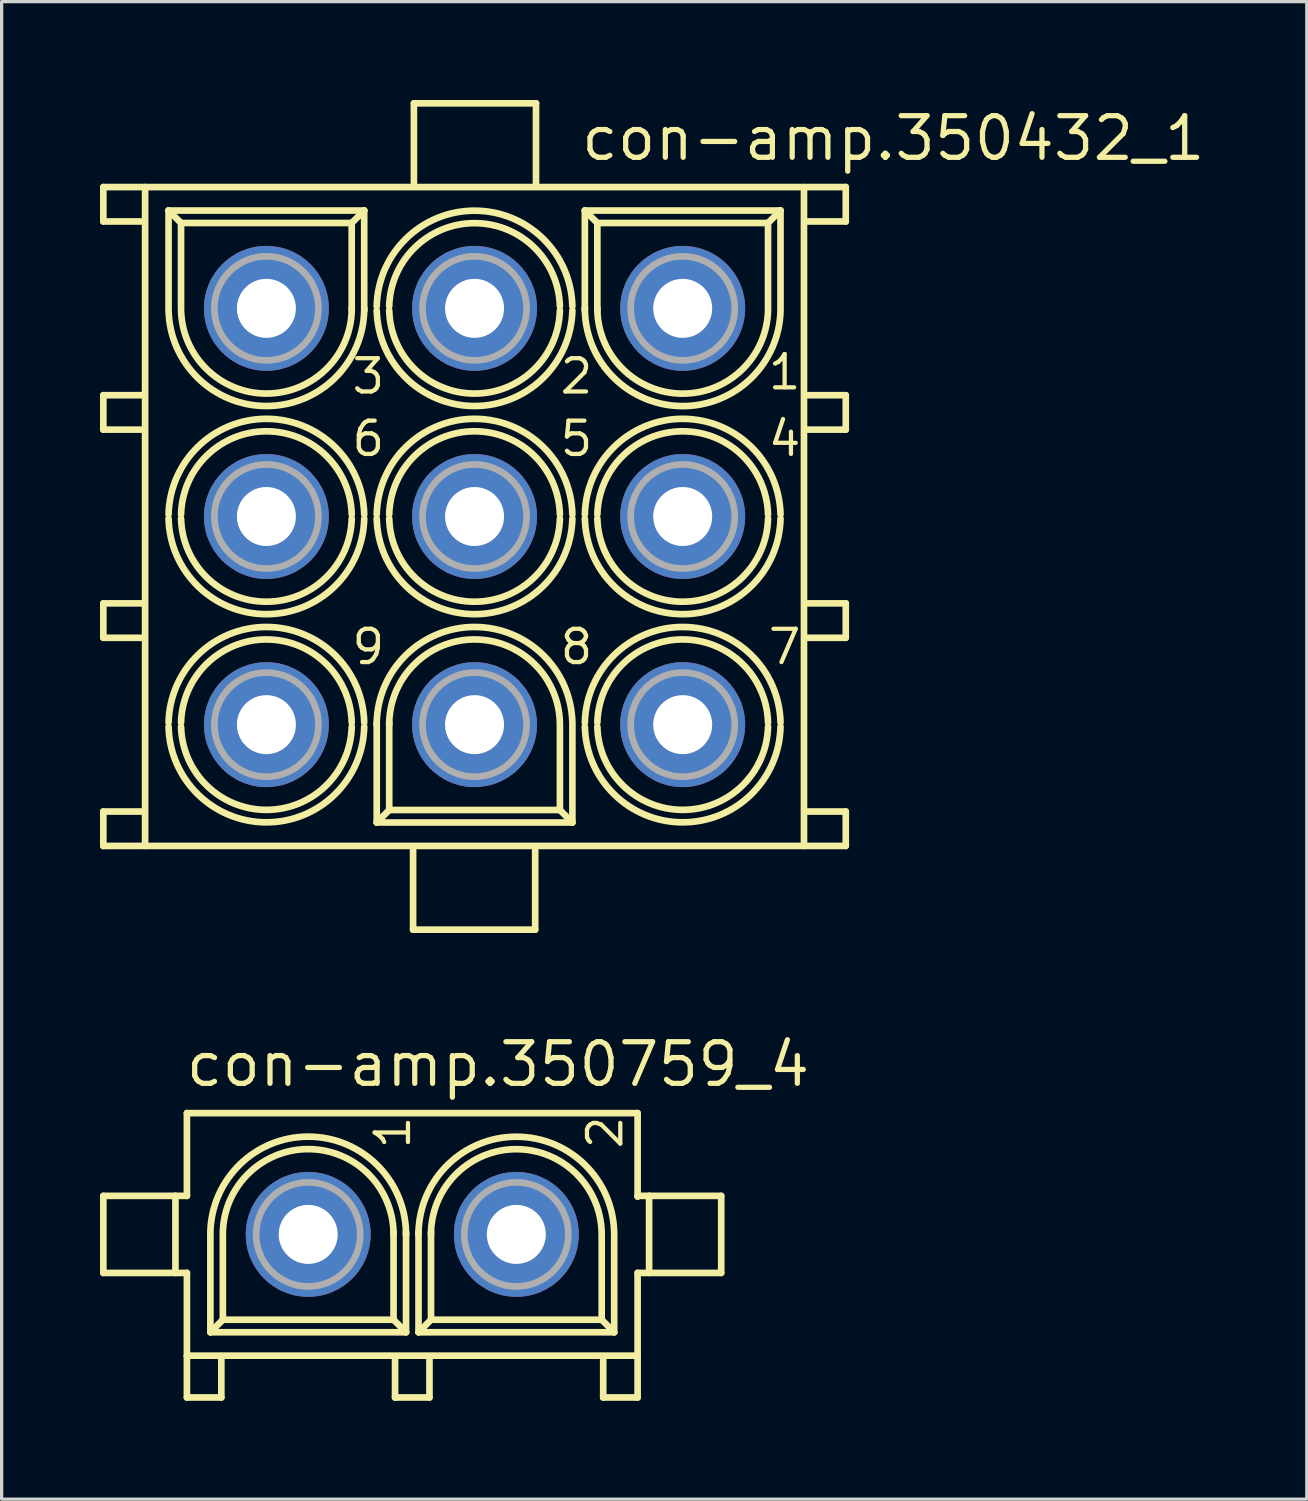
<source format=kicad_pcb>
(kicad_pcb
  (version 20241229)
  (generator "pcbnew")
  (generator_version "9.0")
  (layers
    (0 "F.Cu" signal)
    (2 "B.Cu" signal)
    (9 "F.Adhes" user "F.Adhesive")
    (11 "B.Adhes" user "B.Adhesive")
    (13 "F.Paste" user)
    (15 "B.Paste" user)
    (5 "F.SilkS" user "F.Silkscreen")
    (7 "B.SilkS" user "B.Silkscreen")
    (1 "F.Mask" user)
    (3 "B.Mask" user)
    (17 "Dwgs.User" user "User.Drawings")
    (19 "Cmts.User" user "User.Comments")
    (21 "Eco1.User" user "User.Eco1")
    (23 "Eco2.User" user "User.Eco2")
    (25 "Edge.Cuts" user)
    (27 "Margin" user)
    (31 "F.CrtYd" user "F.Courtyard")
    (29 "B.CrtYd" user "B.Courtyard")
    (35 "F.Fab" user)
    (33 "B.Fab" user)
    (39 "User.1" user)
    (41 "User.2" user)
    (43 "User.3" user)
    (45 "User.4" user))
  (footprint "con-amp.350759_4"
    (layer "F.Cu")
    (at 9.527 34.608)
    (property "Reference" "con-amp.350759_4" (at -6.985 -4.445 0) (layer "F.SilkS") (effects (font (size 1.27 1.27) (thickness 0.16)) (justify left bottom)))
    (attr through_hole)
    (fp_line (start -9.425 -1.175) (end -9.425 1.175) (stroke (width 0.203) (type default)) (layer "F.SilkS"))
    (fp_line (start -9.425 1.175) (end -7.25 1.175) (stroke (width 0.203) (type default)) (layer "F.SilkS"))
    (fp_line (start -7.25 -1.175) (end -9.425 -1.175) (stroke (width 0.203) (type default)) (layer "F.SilkS"))
    (fp_line (start -7.225 -1.175) (end -6.875 -1.175) (stroke (width 0.203) (type default)) (layer "F.SilkS"))
    (fp_line (start -7.225 1.175) (end -7.225 -1.175) (stroke (width 0.203) (type default)) (layer "F.SilkS"))
    (fp_line (start -6.875 -3.7) (end 6.875 -3.7) (stroke (width 0.203) (type default)) (layer "F.SilkS"))
    (fp_line (start -6.875 -1.175) (end -6.875 -3.7) (stroke (width 0.203) (type default)) (layer "F.SilkS"))
    (fp_line (start -6.875 1.175) (end -7.225 1.175) (stroke (width 0.203) (type default)) (layer "F.SilkS"))
    (fp_line (start -6.875 3.7) (end -6.875 1.175) (stroke (width 0.203) (type default)) (layer "F.SilkS"))
    (fp_line (start -6.875 3.725) (end -6.875 4.975) (stroke (width 0.203) (type default)) (layer "F.SilkS"))
    (fp_line (start -6.875 4.975) (end -5.825 4.975) (stroke (width 0.203) (type default)) (layer "F.SilkS"))
    (fp_line (start -6.159 2.985) (end -6.159 0) (stroke (width 0.203) (type default)) (layer "F.SilkS"))
    (fp_line (start -5.825 4.975) (end -5.825 3.8) (stroke (width 0.203) (type default)) (layer "F.SilkS"))
    (fp_line (start -5.778 2.604) (end -6.159 2.985) (stroke (width 0.203) (type default)) (layer "F.SilkS"))
    (fp_line (start -5.778 2.604) (end -5.778 0) (stroke (width 0.203) (type default)) (layer "F.SilkS"))
    (fp_line (start -0.572 -0.064) (end -0.572 0) (stroke (width 0.203) (type default)) (layer "F.SilkS"))
    (fp_line (start -0.571 0) (end -0.571 2.604) (stroke (width 0.203) (type default)) (layer "F.SilkS"))
    (fp_line (start -0.571 2.604) (end -5.778 2.604) (stroke (width 0.203) (type default)) (layer "F.SilkS"))
    (fp_line (start -0.571 2.604) (end -0.19 2.985) (stroke (width 0.203) (type default)) (layer "F.SilkS"))
    (fp_line (start -0.525 4.975) (end -0.525 3.775) (stroke (width 0.203) (type default)) (layer "F.SilkS"))
    (fp_line (start -0.191 -0.064) (end -0.191 0) (stroke (width 0.203) (type default)) (layer "F.SilkS"))
    (fp_line (start -0.19 0) (end -0.191 0) (stroke (width 0.203) (type default)) (layer "F.SilkS"))
    (fp_line (start -0.19 0) (end -0.19 2.985) (stroke (width 0.203) (type default)) (layer "F.SilkS"))
    (fp_line (start -0.19 2.985) (end -6.159 2.985) (stroke (width 0.203) (type default)) (layer "F.SilkS"))
    (fp_line (start 0.19 0) (end 0.19 -0.064) (stroke (width 0.203) (type default)) (layer "F.SilkS"))
    (fp_line (start 0.191 2.985) (end 0.191 0) (stroke (width 0.203) (type default)) (layer "F.SilkS"))
    (fp_line (start 0.525 3.775) (end 0.525 4.975) (stroke (width 0.203) (type default)) (layer "F.SilkS"))
    (fp_line (start 0.525 4.975) (end -0.525 4.975) (stroke (width 0.203) (type default)) (layer "F.SilkS"))
    (fp_line (start 0.571 0) (end 0.571 -0.064) (stroke (width 0.203) (type default)) (layer "F.SilkS"))
    (fp_line (start 0.572 2.604) (end 0.191 2.985) (stroke (width 0.203) (type default)) (layer "F.SilkS"))
    (fp_line (start 0.572 2.604) (end 0.572 0) (stroke (width 0.203) (type default)) (layer "F.SilkS"))
    (fp_line (start 5.779 0) (end 5.779 2.604) (stroke (width 0.203) (type default)) (layer "F.SilkS"))
    (fp_line (start 5.779 2.604) (end 0.572 2.604) (stroke (width 0.203) (type default)) (layer "F.SilkS"))
    (fp_line (start 5.779 2.604) (end 6.16 2.985) (stroke (width 0.203) (type default)) (layer "F.SilkS"))
    (fp_line (start 5.825 4.975) (end 5.825 3.825) (stroke (width 0.203) (type default)) (layer "F.SilkS"))
    (fp_line (start 6.16 0) (end 6.16 2.985) (stroke (width 0.203) (type default)) (layer "F.SilkS"))
    (fp_line (start 6.16 2.985) (end 0.191 2.985) (stroke (width 0.203) (type default)) (layer "F.SilkS"))
    (fp_line (start 6.875 -3.7) (end 6.875 -1.175) (stroke (width 0.203) (type default)) (layer "F.SilkS"))
    (fp_line (start 6.875 -1.175) (end 6.875 -1.15) (stroke (width 0.203) (type default)) (layer "F.SilkS"))
    (fp_line (start 6.875 -1.175) (end 7.225 -1.175) (stroke (width 0.203) (type default)) (layer "F.SilkS"))
    (fp_line (start 6.875 1.175) (end 6.875 3.7) (stroke (width 0.203) (type default)) (layer "F.SilkS"))
    (fp_line (start 6.875 3.7) (end -6.875 3.7) (stroke (width 0.203) (type default)) (layer "F.SilkS"))
    (fp_line (start 6.875 3.75) (end 6.875 4.975) (stroke (width 0.203) (type default)) (layer "F.SilkS"))
    (fp_line (start 6.875 4.975) (end 5.825 4.975) (stroke (width 0.203) (type default)) (layer "F.SilkS"))
    (fp_line (start 7.225 -1.175) (end 7.225 1.175) (stroke (width 0.203) (type default)) (layer "F.SilkS"))
    (fp_line (start 7.225 1.175) (end 6.875 1.175) (stroke (width 0.203) (type default)) (layer "F.SilkS"))
    (fp_line (start 7.25 -1.175) (end 9.425 -1.175) (stroke (width 0.203) (type default)) (layer "F.SilkS"))
    (fp_line (start 9.425 -1.175) (end 9.425 1.175) (stroke (width 0.203) (type default)) (layer "F.SilkS"))
    (fp_line (start 9.425 1.175) (end 7.25 1.175) (stroke (width 0.203) (type default)) (layer "F.SilkS"))
    (fp_arc (start -6.1596 -0.0636) (mid -3.17515 -2.979945) (end -0.1907 -0.0636) (stroke (width 0.2032) (type default)) (layer "F.SilkS"))
    (fp_arc (start -5.7786 -0.0636) (mid -3.17515 -2.601886) (end -0.5717 -0.0636) (stroke (width 0.2032) (type default)) (layer "F.SilkS"))
    (fp_arc (start 0.1903 -0.0636) (mid 3.1748 -2.980093) (end 6.1593 -0.0636) (stroke (width 0.2032) (type default)) (layer "F.SilkS"))
    (fp_arc (start 0.5713 -0.0636) (mid 3.1748 -2.600085) (end 5.7783 -0.0636) (stroke (width 0.2032) (type default)) (layer "F.SilkS"))
    (fp_circle (center -3.175 0) (end -1.587 0) (stroke (width 0.203) (type default)) (fill no) (layer "F.Fab"))
    (fp_circle (center 3.175 0) (end 4.763 0) (stroke (width 0.203) (type default)) (fill no) (layer "F.Fab"))
    (fp_text user "2" (at 6.477 -2.54 90) (layer "F.SilkS") (effects (font (size 1.016 1.016) (thickness 0.13)) (justify left bottom)))
    (fp_text user "1" (at 0 -2.54 90) (layer "F.SilkS") (effects (font (size 1.016 1.016) (thickness 0.13)) (justify left bottom)))
    (pad "1" thru_hole circle (at -3.175 0) (size 3.81 3.81) (drill 1.8) (layers "*.Cu" "*.Mask"))
    (pad "2" thru_hole circle (at 3.175 0) (size 3.81 3.81) (drill 1.8) (layers "*.Cu" "*.Mask")))
  (footprint "con-amp.350432_1"
    (layer "F.Cu")
    (at 11.427 12.707)
    (property "Reference" "con-amp.350432_1" (at 3.175 -10.795 0) (layer "F.SilkS") (effects (font (size 1.27 1.27) (thickness 0.16)) (justify left bottom)))
    (attr through_hole)
    (fp_line (start -11.325 -10.05) (end -11.325 -9) (stroke (width 0.203) (type default)) (layer "F.SilkS"))
    (fp_line (start -11.325 -9) (end -10.125 -9) (stroke (width 0.203) (type default)) (layer "F.SilkS"))
    (fp_line (start -11.325 -3.7) (end -11.325 -2.65) (stroke (width 0.203) (type default)) (layer "F.SilkS"))
    (fp_line (start -11.325 -2.65) (end -10.125 -2.65) (stroke (width 0.203) (type default)) (layer "F.SilkS"))
    (fp_line (start -11.325 2.65) (end -11.325 3.7) (stroke (width 0.203) (type default)) (layer "F.SilkS"))
    (fp_line (start -11.325 3.7) (end -10.125 3.7) (stroke (width 0.203) (type default)) (layer "F.SilkS"))
    (fp_line (start -11.325 9) (end -11.325 10.05) (stroke (width 0.203) (type default)) (layer "F.SilkS"))
    (fp_line (start -11.325 10.05) (end -10.125 10.05) (stroke (width 0.203) (type default)) (layer "F.SilkS"))
    (fp_line (start -10.1 -10.05) (end -11.325 -10.05) (stroke (width 0.203) (type default)) (layer "F.SilkS"))
    (fp_line (start -10.1 -3.7) (end -11.325 -3.7) (stroke (width 0.203) (type default)) (layer "F.SilkS"))
    (fp_line (start -10.1 2.65) (end -11.325 2.65) (stroke (width 0.203) (type default)) (layer "F.SilkS"))
    (fp_line (start -10.1 9) (end -11.325 9) (stroke (width 0.203) (type default)) (layer "F.SilkS"))
    (fp_line (start -10.05 -10.05) (end 10.05 -10.05) (stroke (width 0.203) (type default)) (layer "F.SilkS"))
    (fp_line (start -10.05 10.05) (end -10.05 -10.05) (stroke (width 0.203) (type default)) (layer "F.SilkS"))
    (fp_line (start -9.335 -9.335) (end -3.366 -9.335) (stroke (width 0.203) (type default)) (layer "F.SilkS"))
    (fp_line (start -9.335 -6.35) (end -9.335 -9.335) (stroke (width 0.203) (type default)) (layer "F.SilkS"))
    (fp_line (start -8.954 -8.954) (end -9.335 -9.335) (stroke (width 0.203) (type default)) (layer "F.SilkS"))
    (fp_line (start -8.954 -8.954) (end -3.747 -8.954) (stroke (width 0.203) (type default)) (layer "F.SilkS"))
    (fp_line (start -8.954 -6.35) (end -8.954 -8.954) (stroke (width 0.203) (type default)) (layer "F.SilkS"))
    (fp_line (start -3.747 -8.954) (end -3.747 -6.35) (stroke (width 0.203) (type default)) (layer "F.SilkS"))
    (fp_line (start -3.747 -8.954) (end -3.366 -9.335) (stroke (width 0.203) (type default)) (layer "F.SilkS"))
    (fp_line (start -3.746 -6.35) (end -3.746 -6.286) (stroke (width 0.203) (type default)) (layer "F.SilkS"))
    (fp_line (start -3.366 -9.335) (end -3.366 -6.35) (stroke (width 0.203) (type default)) (layer "F.SilkS"))
    (fp_line (start -3.365 -6.35) (end -3.365 -6.286) (stroke (width 0.203) (type default)) (layer "F.SilkS"))
    (fp_line (start -2.985 6.35) (end -2.985 6.286) (stroke (width 0.203) (type default)) (layer "F.SilkS"))
    (fp_line (start -2.984 9.335) (end -2.984 6.35) (stroke (width 0.203) (type default)) (layer "F.SilkS"))
    (fp_line (start -2.604 6.35) (end -2.604 6.286) (stroke (width 0.203) (type default)) (layer "F.SilkS"))
    (fp_line (start -2.603 8.954) (end -2.984 9.335) (stroke (width 0.203) (type default)) (layer "F.SilkS"))
    (fp_line (start -2.603 8.954) (end -2.603 6.35) (stroke (width 0.203) (type default)) (layer "F.SilkS"))
    (fp_line (start -1.875 10.155) (end -1.875 12.605) (stroke (width 0.203) (type default)) (layer "F.SilkS"))
    (fp_line (start -1.875 12.605) (end 1.85 12.605) (stroke (width 0.203) (type default)) (layer "F.SilkS"))
    (fp_line (start -1.85 -12.605) (end -1.85 -10.18) (stroke (width 0.203) (type default)) (layer "F.SilkS"))
    (fp_line (start 1.85 12.605) (end 1.85 10.18) (stroke (width 0.203) (type default)) (layer "F.SilkS"))
    (fp_line (start 1.875 -12.605) (end -1.85 -12.605) (stroke (width 0.203) (type default)) (layer "F.SilkS"))
    (fp_line (start 1.875 -10.155) (end 1.875 -12.605) (stroke (width 0.203) (type default)) (layer "F.SilkS"))
    (fp_line (start 2.604 6.35) (end 2.604 8.954) (stroke (width 0.203) (type default)) (layer "F.SilkS"))
    (fp_line (start 2.604 8.954) (end -2.603 8.954) (stroke (width 0.203) (type default)) (layer "F.SilkS"))
    (fp_line (start 2.604 8.954) (end 2.985 9.335) (stroke (width 0.203) (type default)) (layer "F.SilkS"))
    (fp_line (start 2.985 6.35) (end 2.985 9.335) (stroke (width 0.203) (type default)) (layer "F.SilkS"))
    (fp_line (start 2.985 9.335) (end -2.984 9.335) (stroke (width 0.203) (type default)) (layer "F.SilkS"))
    (fp_line (start 3.365 -9.335) (end 9.334 -9.335) (stroke (width 0.203) (type default)) (layer "F.SilkS"))
    (fp_line (start 3.365 -6.35) (end 3.365 -9.335) (stroke (width 0.203) (type default)) (layer "F.SilkS"))
    (fp_line (start 3.365 -6.35) (end 3.366 -6.35) (stroke (width 0.203) (type default)) (layer "F.SilkS"))
    (fp_line (start 3.366 -6.286) (end 3.366 -6.35) (stroke (width 0.203) (type default)) (layer "F.SilkS"))
    (fp_line (start 3.746 -8.954) (end 3.365 -9.335) (stroke (width 0.203) (type default)) (layer "F.SilkS"))
    (fp_line (start 3.746 -8.954) (end 8.953 -8.954) (stroke (width 0.203) (type default)) (layer "F.SilkS"))
    (fp_line (start 3.746 -6.35) (end 3.746 -8.954) (stroke (width 0.203) (type default)) (layer "F.SilkS"))
    (fp_line (start 3.747 -6.286) (end 3.747 -6.35) (stroke (width 0.203) (type default)) (layer "F.SilkS"))
    (fp_line (start 8.953 -8.954) (end 8.953 -6.35) (stroke (width 0.203) (type default)) (layer "F.SilkS"))
    (fp_line (start 8.953 -8.954) (end 9.334 -9.335) (stroke (width 0.203) (type default)) (layer "F.SilkS"))
    (fp_line (start 9.334 -9.335) (end 9.334 -6.35) (stroke (width 0.203) (type default)) (layer "F.SilkS"))
    (fp_line (start 10.05 -10.05) (end 10.05 10.05) (stroke (width 0.203) (type default)) (layer "F.SilkS"))
    (fp_line (start 10.05 10.05) (end -10.05 10.05) (stroke (width 0.203) (type default)) (layer "F.SilkS"))
    (fp_line (start 10.1 -9) (end 11.325 -9) (stroke (width 0.203) (type default)) (layer "F.SilkS"))
    (fp_line (start 10.1 -2.65) (end 11.325 -2.65) (stroke (width 0.203) (type default)) (layer "F.SilkS"))
    (fp_line (start 10.1 3.7) (end 11.325 3.7) (stroke (width 0.203) (type default)) (layer "F.SilkS"))
    (fp_line (start 10.1 10.05) (end 11.325 10.05) (stroke (width 0.203) (type default)) (layer "F.SilkS"))
    (fp_line (start 11.325 -10.05) (end 10.125 -10.05) (stroke (width 0.203) (type default)) (layer "F.SilkS"))
    (fp_line (start 11.325 -9) (end 11.325 -10.05) (stroke (width 0.203) (type default)) (layer "F.SilkS"))
    (fp_line (start 11.325 -3.7) (end 10.125 -3.7) (stroke (width 0.203) (type default)) (layer "F.SilkS"))
    (fp_line (start 11.325 -2.65) (end 11.325 -3.7) (stroke (width 0.203) (type default)) (layer "F.SilkS"))
    (fp_line (start 11.325 2.65) (end 10.125 2.65) (stroke (width 0.203) (type default)) (layer "F.SilkS"))
    (fp_line (start 11.325 3.7) (end 11.325 2.65) (stroke (width 0.203) (type default)) (layer "F.SilkS"))
    (fp_line (start 11.325 9) (end 10.125 9) (stroke (width 0.203) (type default)) (layer "F.SilkS"))
    (fp_line (start 11.325 10.05) (end 11.325 9) (stroke (width 0.203) (type default)) (layer "F.SilkS"))
    (fp_arc (start -9.3347 -0.0636) (mid -6.3502 -2.980093) (end -3.3657 -0.0636) (stroke (width 0.2032) (type default)) (layer "F.SilkS"))
    (fp_arc (start -9.3347 6.2864) (mid -6.3502 3.369907) (end -3.3657 6.2864) (stroke (width 0.2032) (type default)) (layer "F.SilkS"))
    (fp_arc (start -8.9537 -0.0636) (mid -6.3502 -2.600085) (end -3.7467 -0.0636) (stroke (width 0.2032) (type default)) (layer "F.SilkS"))
    (fp_arc (start -8.9537 6.2864) (mid -6.3502 3.749915) (end -3.7467 6.2864) (stroke (width 0.2032) (type default)) (layer "F.SilkS"))
    (fp_arc (start -3.7463 -6.2864) (mid -6.3498 -3.749915) (end -8.9533 -6.2864) (stroke (width 0.2032) (type default)) (layer "F.SilkS"))
    (fp_arc (start -3.7463 0.0636) (mid -6.3498 2.600085) (end -8.9533 0.0636) (stroke (width 0.2032) (type default)) (layer "F.SilkS"))
    (fp_arc (start -3.7463 6.4136) (mid -6.3498 8.950085) (end -8.9533 6.4136) (stroke (width 0.2032) (type default)) (layer "F.SilkS"))
    (fp_arc (start -3.3653 -6.2864) (mid -6.3498 -3.369907) (end -9.3343 -6.2864) (stroke (width 0.2032) (type default)) (layer "F.SilkS"))
    (fp_arc (start -3.3653 0.0636) (mid -6.3498 2.980093) (end -9.3343 0.0636) (stroke (width 0.2032) (type default)) (layer "F.SilkS"))
    (fp_arc (start -3.3653 6.4136) (mid -6.3498 9.330093) (end -9.3343 6.4136) (stroke (width 0.2032) (type default)) (layer "F.SilkS"))
    (fp_arc (start -2.9847 -6.4136) (mid -0.0002 -9.330093) (end 2.9843 -6.4136) (stroke (width 0.2032) (type default)) (layer "F.SilkS"))
    (fp_arc (start -2.9847 -0.0636) (mid -0.0002 -2.980093) (end 2.9843 -0.0636) (stroke (width 0.2032) (type default)) (layer "F.SilkS"))
    (fp_arc (start -2.9847 6.2864) (mid -0.0002 3.369907) (end 2.9843 6.2864) (stroke (width 0.2032) (type default)) (layer "F.SilkS"))
    (fp_arc (start -2.6037 -6.4136) (mid -0.0002 -8.950085) (end 2.6033 -6.4136) (stroke (width 0.2032) (type default)) (layer "F.SilkS"))
    (fp_arc (start -2.6037 -0.0636) (mid -0.0002 -2.600085) (end 2.6033 -0.0636) (stroke (width 0.2032) (type default)) (layer "F.SilkS"))
    (fp_arc (start -2.6037 6.2864) (mid -0.0002 3.749915) (end 2.6033 6.2864) (stroke (width 0.2032) (type default)) (layer "F.SilkS"))
    (fp_arc (start 2.6037 -6.2864) (mid 0.0002 -3.749915) (end -2.6033 -6.2864) (stroke (width 0.2032) (type default)) (layer "F.SilkS"))
    (fp_arc (start 2.6037 0.0636) (mid 0.0002 2.600085) (end -2.6033 0.0636) (stroke (width 0.2032) (type default)) (layer "F.SilkS"))
    (fp_arc (start 2.9847 -6.2864) (mid 0.0002 -3.369907) (end -2.9843 -6.2864) (stroke (width 0.2032) (type default)) (layer "F.SilkS"))
    (fp_arc (start 2.9847 0.0636) (mid 0.0002 2.980093) (end -2.9843 0.0636) (stroke (width 0.2032) (type default)) (layer "F.SilkS"))
    (fp_arc (start 3.3653 -0.0636) (mid 6.3498 -2.980093) (end 9.3343 -0.0636) (stroke (width 0.2032) (type default)) (layer "F.SilkS"))
    (fp_arc (start 3.3653 6.2864) (mid 6.3498 3.369907) (end 9.3343 6.2864) (stroke (width 0.2032) (type default)) (layer "F.SilkS"))
    (fp_arc (start 3.7463 -0.0636) (mid 6.3498 -2.600085) (end 8.9533 -0.0636) (stroke (width 0.2032) (type default)) (layer "F.SilkS"))
    (fp_arc (start 3.7463 6.2864) (mid 6.3498 3.749915) (end 8.9533 6.2864) (stroke (width 0.2032) (type default)) (layer "F.SilkS"))
    (fp_arc (start 8.9536 -6.2864) (mid 6.35015 -3.748114) (end 3.7467 -6.2864) (stroke (width 0.2032) (type default)) (layer "F.SilkS"))
    (fp_arc (start 8.9537 0.0636) (mid 6.3502 2.600085) (end 3.7467 0.0636) (stroke (width 0.2032) (type default)) (layer "F.SilkS"))
    (fp_arc (start 8.9537 6.4136) (mid 6.3502 8.950085) (end 3.7467 6.4136) (stroke (width 0.2032) (type default)) (layer "F.SilkS"))
    (fp_arc (start 9.3346 -6.2864) (mid 6.35015 -3.370055) (end 3.3657 -6.2864) (stroke (width 0.2032) (type default)) (layer "F.SilkS"))
    (fp_arc (start 9.3347 0.0636) (mid 6.3502 2.980093) (end 3.3657 0.0636) (stroke (width 0.2032) (type default)) (layer "F.SilkS"))
    (fp_arc (start 9.3347 6.4136) (mid 6.3502 9.330093) (end 3.3657 6.4136) (stroke (width 0.2032) (type default)) (layer "F.SilkS"))
    (fp_circle (center -6.35 0) (end -3.747 0) (stroke (width 0.001) (type default)) (fill no) (layer "F.SilkS"))
    (fp_circle (center -6.35 6.35) (end -3.747 6.35) (stroke (width 0.001) (type default)) (fill no) (layer "F.SilkS"))
    (fp_circle (center 0 -6.35) (end 2.603 -6.35) (stroke (width 0.001) (type default)) (fill no) (layer "F.SilkS"))
    (fp_circle (center 0 0) (end 2.603 0) (stroke (width 0.001) (type default)) (fill no) (layer "F.SilkS"))
    (fp_circle (center 6.35 0) (end 8.954 0) (stroke (width 0.001) (type default)) (fill no) (layer "F.SilkS"))
    (fp_circle (center 6.35 6.35) (end 8.954 6.35) (stroke (width 0.001) (type default)) (fill no) (layer "F.SilkS"))
    (fp_circle (center -6.35 -6.35) (end -4.762 -6.35) (stroke (width 0.203) (type default)) (fill no) (layer "F.Fab"))
    (fp_circle (center -6.35 0) (end -4.762 0) (stroke (width 0.203) (type default)) (fill no) (layer "F.Fab"))
    (fp_circle (center -6.35 6.35) (end -4.762 6.35) (stroke (width 0.203) (type default)) (fill no) (layer "F.Fab"))
    (fp_circle (center 0 -6.35) (end 1.588 -6.35) (stroke (width 0.203) (type default)) (fill no) (layer "F.Fab"))
    (fp_circle (center 0 0) (end 1.588 0) (stroke (width 0.203) (type default)) (fill no) (layer "F.Fab"))
    (fp_circle (center 0 6.35) (end 1.588 6.35) (stroke (width 0.203) (type default)) (fill no) (layer "F.Fab"))
    (fp_circle (center 6.35 -6.35) (end 7.938 -6.35) (stroke (width 0.203) (type default)) (fill no) (layer "F.Fab"))
    (fp_circle (center 6.35 0) (end 7.938 0) (stroke (width 0.203) (type default)) (fill no) (layer "F.Fab"))
    (fp_circle (center 6.35 6.35) (end 7.938 6.35) (stroke (width 0.203) (type default)) (fill no) (layer "F.Fab"))
    (fp_text user "5" (at 2.54 -1.778 0) (layer "F.SilkS") (effects (font (size 1.016 1.016) (thickness 0.13)) (justify left bottom)))
    (fp_text user "2" (at 2.54 -3.683 0) (layer "F.SilkS") (effects (font (size 1.016 1.016) (thickness 0.13)) (justify left bottom)))
    (fp_text user "3" (at -3.81 -3.683 0) (layer "F.SilkS") (effects (font (size 1.016 1.016) (thickness 0.13)) (justify left bottom)))
    (fp_text user "7" (at 8.89 4.572 0) (layer "F.SilkS") (effects (font (size 1.016 1.016) (thickness 0.13)) (justify left bottom)))
    (fp_text user "9" (at -3.81 4.572 0) (layer "F.SilkS") (effects (font (size 1.016 1.016) (thickness 0.13)) (justify left bottom)))
    (fp_text user "6" (at -3.81 -1.778 0) (layer "F.SilkS") (effects (font (size 1.016 1.016) (thickness 0.13)) (justify left bottom)))
    (fp_text user "8" (at 2.54 4.572 0) (layer "F.SilkS") (effects (font (size 1.016 1.016) (thickness 0.13)) (justify left bottom)))
    (fp_text user "4" (at 8.89 -1.778 0) (layer "F.SilkS") (effects (font (size 1.016 1.016) (thickness 0.13)) (justify left bottom)))
    (fp_text user "1" (at 8.89 -3.81 0) (layer "F.SilkS") (effects (font (size 1.016 1.016) (thickness 0.13)) (justify left bottom)))
    (pad "1" thru_hole circle (at 6.35 -6.35 180) (size 3.81 3.81) (drill 1.8) (layers "*.Cu" "*.Mask"))
    (pad "2" thru_hole circle (at 0 -6.35 180) (size 3.81 3.81) (drill 1.8) (layers "*.Cu" "*.Mask"))
    (pad "3" thru_hole circle (at -6.35 -6.35 180) (size 3.81 3.81) (drill 1.8) (layers "*.Cu" "*.Mask"))
    (pad "4" thru_hole circle (at 6.35 0 180) (size 3.81 3.81) (drill 1.8) (layers "*.Cu" "*.Mask"))
    (pad "5" thru_hole circle (at 0 0) (size 3.81 3.81) (drill 1.8) (layers "*.Cu" "*.Mask"))
    (pad "6" thru_hole circle (at -6.35 0 180) (size 3.81 3.81) (drill 1.8) (layers "*.Cu" "*.Mask"))
    (pad "7" thru_hole circle (at 6.35 6.35 180) (size 3.81 3.81) (drill 1.8) (layers "*.Cu" "*.Mask"))
    (pad "8" thru_hole circle (at 0 6.35 180) (size 3.81 3.81) (drill 1.8) (layers "*.Cu" "*.Mask"))
    (pad "9" thru_hole circle (at -6.35 6.35 180) (size 3.81 3.81) (drill 1.8) (layers "*.Cu" "*.Mask")))
  (gr_rect
    (start -3 -3)
    (end 36.817 42.685)
    (stroke (width 0.1) (type default))
    (fill no)
    (layer "Edge.Cuts")))
</source>
